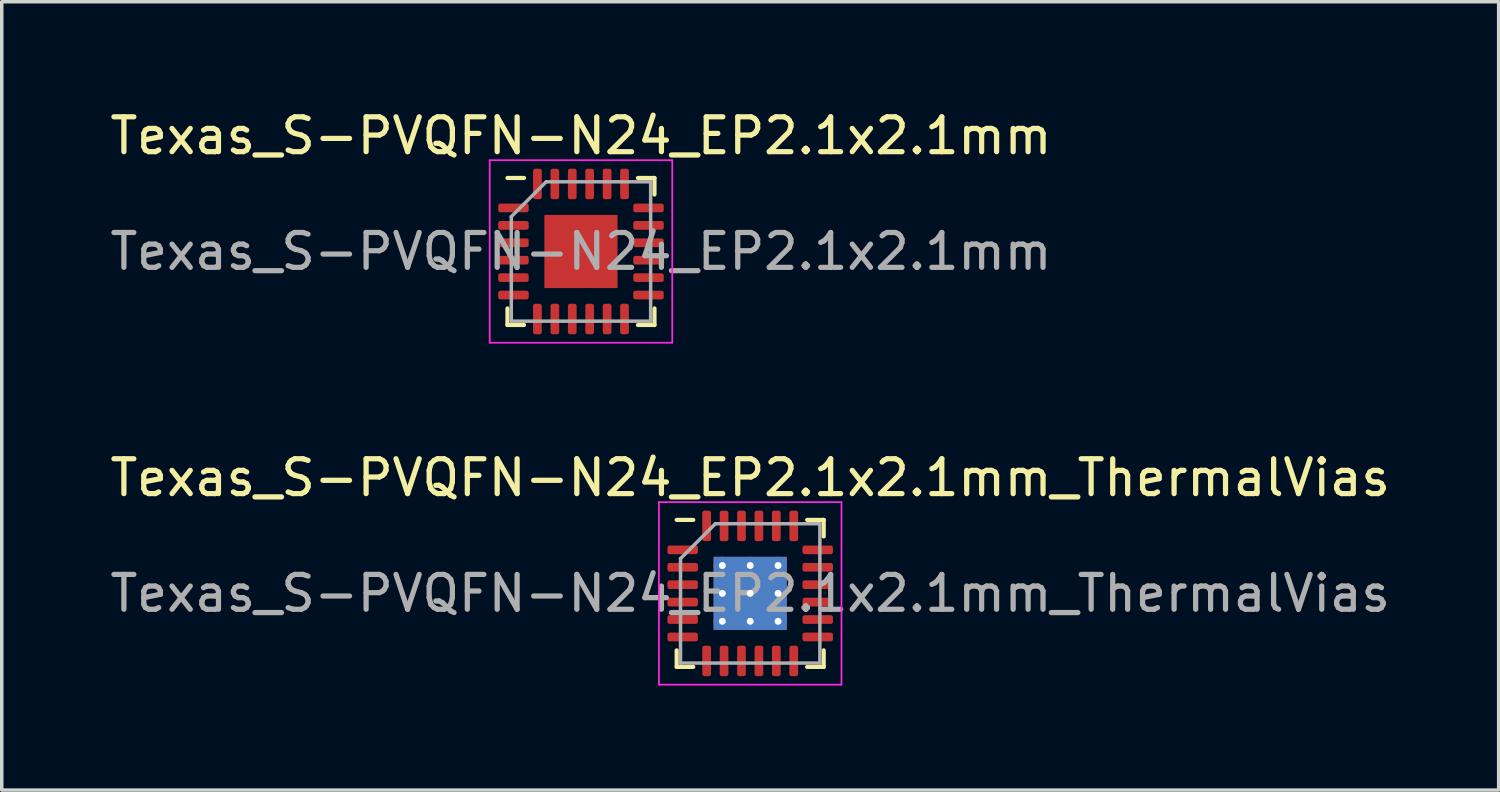
<source format=kicad_pcb>
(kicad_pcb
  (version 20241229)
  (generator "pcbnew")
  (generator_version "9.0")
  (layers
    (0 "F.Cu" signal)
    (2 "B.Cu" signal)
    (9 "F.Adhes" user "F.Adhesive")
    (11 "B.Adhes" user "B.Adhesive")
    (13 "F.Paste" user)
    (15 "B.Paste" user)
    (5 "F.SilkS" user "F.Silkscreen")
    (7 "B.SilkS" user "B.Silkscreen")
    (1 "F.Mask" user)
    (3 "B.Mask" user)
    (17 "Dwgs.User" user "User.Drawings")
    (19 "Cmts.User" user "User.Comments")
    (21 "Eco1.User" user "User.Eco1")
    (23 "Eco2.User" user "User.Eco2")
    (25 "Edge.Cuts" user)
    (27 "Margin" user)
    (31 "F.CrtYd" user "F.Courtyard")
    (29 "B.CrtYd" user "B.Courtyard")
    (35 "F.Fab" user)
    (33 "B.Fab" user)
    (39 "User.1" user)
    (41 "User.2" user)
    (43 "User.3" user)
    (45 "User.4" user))
  (footprint "Texas_S-PVQFN-N24_EP2.1x2.1mm"
    (layer "F.Cu")
    (at 13.625 4.168)
    (property "Reference" "Texas_S-PVQFN-N24_EP2.1x2.1mm" (at 0 -3.32 0) (layer "F.SilkS") (effects (font (size 1 1) (thickness 0.15))))
    (attr smd)
    (fp_line (start -2.11 2.11) (end -2.11 1.635) (stroke (width 0.12) (type solid)) (layer "F.SilkS"))
    (fp_line (start -1.635 -2.11) (end -2.11 -2.11) (stroke (width 0.12) (type solid)) (layer "F.SilkS"))
    (fp_line (start -1.635 2.11) (end -2.11 2.11) (stroke (width 0.12) (type solid)) (layer "F.SilkS"))
    (fp_line (start 1.635 -2.11) (end 2.11 -2.11) (stroke (width 0.12) (type solid)) (layer "F.SilkS"))
    (fp_line (start 1.635 2.11) (end 2.11 2.11) (stroke (width 0.12) (type solid)) (layer "F.SilkS"))
    (fp_line (start 2.11 -2.11) (end 2.11 -1.635) (stroke (width 0.12) (type solid)) (layer "F.SilkS"))
    (fp_line (start 2.11 2.11) (end 2.11 1.635) (stroke (width 0.12) (type solid)) (layer "F.SilkS"))
    (fp_line (start -2.62 -2.62) (end -2.62 2.62) (stroke (width 0.05) (type solid)) (layer "F.CrtYd"))
    (fp_line (start -2.62 2.62) (end 2.62 2.62) (stroke (width 0.05) (type solid)) (layer "F.CrtYd"))
    (fp_line (start 2.62 -2.62) (end -2.62 -2.62) (stroke (width 0.05) (type solid)) (layer "F.CrtYd"))
    (fp_line (start 2.62 2.62) (end 2.62 -2.62) (stroke (width 0.05) (type solid)) (layer "F.CrtYd"))
    (fp_line (start -2 -1) (end -1 -2) (stroke (width 0.1) (type solid)) (layer "F.Fab"))
    (fp_line (start -2 2) (end -2 -1) (stroke (width 0.1) (type solid)) (layer "F.Fab"))
    (fp_line (start -1 -2) (end 2 -2) (stroke (width 0.1) (type solid)) (layer "F.Fab"))
    (fp_line (start 2 -2) (end 2 2) (stroke (width 0.1) (type solid)) (layer "F.Fab"))
    (fp_line (start 2 2) (end -2 2) (stroke (width 0.1) (type solid)) (layer "F.Fab"))
    (fp_text user "${REFERENCE}" (at 0 0 0) (layer "F.Fab") (effects (font (size 1 1) (thickness 0.15))))
    (pad "" smd roundrect (at -0.525 -0.525) (size 0.85 0.85) (layers "F.Paste") (roundrect_rratio 0.25))
    (pad "" smd roundrect (at -0.525 0.525) (size 0.85 0.85) (layers "F.Paste") (roundrect_rratio 0.25))
    (pad "" smd roundrect (at 0.525 -0.525) (size 0.85 0.85) (layers "F.Paste") (roundrect_rratio 0.25))
    (pad "" smd roundrect (at 0.525 0.525) (size 0.85 0.85) (layers "F.Paste") (roundrect_rratio 0.25))
    (pad "1" smd roundrect (at -1.938 -1.25) (size 0.875 0.25) (layers "F.Cu" "F.Mask" "F.Paste") (roundrect_rratio 0.25))
    (pad "2" smd roundrect (at -1.938 -0.75) (size 0.875 0.25) (layers "F.Cu" "F.Mask" "F.Paste") (roundrect_rratio 0.25))
    (pad "3" smd roundrect (at -1.938 -0.25) (size 0.875 0.25) (layers "F.Cu" "F.Mask" "F.Paste") (roundrect_rratio 0.25))
    (pad "4" smd roundrect (at -1.938 0.25) (size 0.875 0.25) (layers "F.Cu" "F.Mask" "F.Paste") (roundrect_rratio 0.25))
    (pad "5" smd roundrect (at -1.938 0.75) (size 0.875 0.25) (layers "F.Cu" "F.Mask" "F.Paste") (roundrect_rratio 0.25))
    (pad "6" smd roundrect (at -1.938 1.25) (size 0.875 0.25) (layers "F.Cu" "F.Mask" "F.Paste") (roundrect_rratio 0.25))
    (pad "7" smd roundrect (at -1.25 1.938) (size 0.25 0.875) (layers "F.Cu" "F.Mask" "F.Paste") (roundrect_rratio 0.25))
    (pad "8" smd roundrect (at -0.75 1.938) (size 0.25 0.875) (layers "F.Cu" "F.Mask" "F.Paste") (roundrect_rratio 0.25))
    (pad "9" smd roundrect (at -0.25 1.938) (size 0.25 0.875) (layers "F.Cu" "F.Mask" "F.Paste") (roundrect_rratio 0.25))
    (pad "10" smd roundrect (at 0.25 1.938) (size 0.25 0.875) (layers "F.Cu" "F.Mask" "F.Paste") (roundrect_rratio 0.25))
    (pad "11" smd roundrect (at 0.75 1.938) (size 0.25 0.875) (layers "F.Cu" "F.Mask" "F.Paste") (roundrect_rratio 0.25))
    (pad "12" smd roundrect (at 1.25 1.938) (size 0.25 0.875) (layers "F.Cu" "F.Mask" "F.Paste") (roundrect_rratio 0.25))
    (pad "13" smd roundrect (at 1.938 1.25) (size 0.875 0.25) (layers "F.Cu" "F.Mask" "F.Paste") (roundrect_rratio 0.25))
    (pad "14" smd roundrect (at 1.938 0.75) (size 0.875 0.25) (layers "F.Cu" "F.Mask" "F.Paste") (roundrect_rratio 0.25))
    (pad "15" smd roundrect (at 1.938 0.25) (size 0.875 0.25) (layers "F.Cu" "F.Mask" "F.Paste") (roundrect_rratio 0.25))
    (pad "16" smd roundrect (at 1.938 -0.25) (size 0.875 0.25) (layers "F.Cu" "F.Mask" "F.Paste") (roundrect_rratio 0.25))
    (pad "17" smd roundrect (at 1.938 -0.75) (size 0.875 0.25) (layers "F.Cu" "F.Mask" "F.Paste") (roundrect_rratio 0.25))
    (pad "18" smd roundrect (at 1.938 -1.25) (size 0.875 0.25) (layers "F.Cu" "F.Mask" "F.Paste") (roundrect_rratio 0.25))
    (pad "19" smd roundrect (at 1.25 -1.938) (size 0.25 0.875) (layers "F.Cu" "F.Mask" "F.Paste") (roundrect_rratio 0.25))
    (pad "20" smd roundrect (at 0.75 -1.938) (size 0.25 0.875) (layers "F.Cu" "F.Mask" "F.Paste") (roundrect_rratio 0.25))
    (pad "21" smd roundrect (at 0.25 -1.938) (size 0.25 0.875) (layers "F.Cu" "F.Mask" "F.Paste") (roundrect_rratio 0.25))
    (pad "22" smd roundrect (at -0.25 -1.938) (size 0.25 0.875) (layers "F.Cu" "F.Mask" "F.Paste") (roundrect_rratio 0.25))
    (pad "23" smd roundrect (at -0.75 -1.938) (size 0.25 0.875) (layers "F.Cu" "F.Mask" "F.Paste") (roundrect_rratio 0.25))
    (pad "24" smd roundrect (at -1.25 -1.938) (size 0.25 0.875) (layers "F.Cu" "F.Mask" "F.Paste") (roundrect_rratio 0.25))
    (pad "25" smd rect (at 0 0) (size 2.1 2.1) (layers "F.Cu" "F.Mask")))
  (footprint "Texas_S-PVQFN-N24_EP2.1x2.1mm_ThermalVias"
    (layer "F.Cu")
    (at 18.482 13.982)
    (property "Reference" "Texas_S-PVQFN-N24_EP2.1x2.1mm_ThermalVias" (at 0 -3.32 0) (layer "F.SilkS") (effects (font (size 1 1) (thickness 0.15))))
    (attr smd)
    (fp_line (start -2.11 2.11) (end -2.11 1.635) (stroke (width 0.12) (type solid)) (layer "F.SilkS"))
    (fp_line (start -1.635 -2.11) (end -2.11 -2.11) (stroke (width 0.12) (type solid)) (layer "F.SilkS"))
    (fp_line (start -1.635 2.11) (end -2.11 2.11) (stroke (width 0.12) (type solid)) (layer "F.SilkS"))
    (fp_line (start 1.635 -2.11) (end 2.11 -2.11) (stroke (width 0.12) (type solid)) (layer "F.SilkS"))
    (fp_line (start 1.635 2.11) (end 2.11 2.11) (stroke (width 0.12) (type solid)) (layer "F.SilkS"))
    (fp_line (start 2.11 -2.11) (end 2.11 -1.635) (stroke (width 0.12) (type solid)) (layer "F.SilkS"))
    (fp_line (start 2.11 2.11) (end 2.11 1.635) (stroke (width 0.12) (type solid)) (layer "F.SilkS"))
    (fp_line (start -2.62 -2.62) (end -2.62 2.62) (stroke (width 0.05) (type solid)) (layer "F.CrtYd"))
    (fp_line (start -2.62 2.62) (end 2.62 2.62) (stroke (width 0.05) (type solid)) (layer "F.CrtYd"))
    (fp_line (start 2.62 -2.62) (end -2.62 -2.62) (stroke (width 0.05) (type solid)) (layer "F.CrtYd"))
    (fp_line (start 2.62 2.62) (end 2.62 -2.62) (stroke (width 0.05) (type solid)) (layer "F.CrtYd"))
    (fp_line (start -2 -1) (end -1 -2) (stroke (width 0.1) (type solid)) (layer "F.Fab"))
    (fp_line (start -2 2) (end -2 -1) (stroke (width 0.1) (type solid)) (layer "F.Fab"))
    (fp_line (start -1 -2) (end 2 -2) (stroke (width 0.1) (type solid)) (layer "F.Fab"))
    (fp_line (start 2 -2) (end 2 2) (stroke (width 0.1) (type solid)) (layer "F.Fab"))
    (fp_line (start 2 2) (end -2 2) (stroke (width 0.1) (type solid)) (layer "F.Fab"))
    (fp_text user "${REFERENCE}" (at 0 0 0) (layer "F.Fab") (effects (font (size 1 1) (thickness 0.15))))
    (pad "" smd roundrect (at -0.525 -0.525) (size 0.88 0.88) (layers "F.Paste") (roundrect_rratio 0.25))
    (pad "" smd roundrect (at -0.525 0.525) (size 0.88 0.88) (layers "F.Paste") (roundrect_rratio 0.25))
    (pad "" smd roundrect (at 0.525 -0.525) (size 0.88 0.88) (layers "F.Paste") (roundrect_rratio 0.25))
    (pad "" smd roundrect (at 0.525 0.525) (size 0.88 0.88) (layers "F.Paste") (roundrect_rratio 0.25))
    (pad "1" smd roundrect (at -1.938 -1.25) (size 0.875 0.25) (layers "F.Cu" "F.Mask" "F.Paste") (roundrect_rratio 0.25))
    (pad "2" smd roundrect (at -1.938 -0.75) (size 0.875 0.25) (layers "F.Cu" "F.Mask" "F.Paste") (roundrect_rratio 0.25))
    (pad "3" smd roundrect (at -1.938 -0.25) (size 0.875 0.25) (layers "F.Cu" "F.Mask" "F.Paste") (roundrect_rratio 0.25))
    (pad "4" smd roundrect (at -1.938 0.25) (size 0.875 0.25) (layers "F.Cu" "F.Mask" "F.Paste") (roundrect_rratio 0.25))
    (pad "5" smd roundrect (at -1.938 0.75) (size 0.875 0.25) (layers "F.Cu" "F.Mask" "F.Paste") (roundrect_rratio 0.25))
    (pad "6" smd roundrect (at -1.938 1.25) (size 0.875 0.25) (layers "F.Cu" "F.Mask" "F.Paste") (roundrect_rratio 0.25))
    (pad "7" smd roundrect (at -1.25 1.938) (size 0.25 0.875) (layers "F.Cu" "F.Mask" "F.Paste") (roundrect_rratio 0.25))
    (pad "8" smd roundrect (at -0.75 1.938) (size 0.25 0.875) (layers "F.Cu" "F.Mask" "F.Paste") (roundrect_rratio 0.25))
    (pad "9" smd roundrect (at -0.25 1.938) (size 0.25 0.875) (layers "F.Cu" "F.Mask" "F.Paste") (roundrect_rratio 0.25))
    (pad "10" smd roundrect (at 0.25 1.938) (size 0.25 0.875) (layers "F.Cu" "F.Mask" "F.Paste") (roundrect_rratio 0.25))
    (pad "11" smd roundrect (at 0.75 1.938) (size 0.25 0.875) (layers "F.Cu" "F.Mask" "F.Paste") (roundrect_rratio 0.25))
    (pad "12" smd roundrect (at 1.25 1.938) (size 0.25 0.875) (layers "F.Cu" "F.Mask" "F.Paste") (roundrect_rratio 0.25))
    (pad "13" smd roundrect (at 1.938 1.25) (size 0.875 0.25) (layers "F.Cu" "F.Mask" "F.Paste") (roundrect_rratio 0.25))
    (pad "14" smd roundrect (at 1.938 0.75) (size 0.875 0.25) (layers "F.Cu" "F.Mask" "F.Paste") (roundrect_rratio 0.25))
    (pad "15" smd roundrect (at 1.938 0.25) (size 0.875 0.25) (layers "F.Cu" "F.Mask" "F.Paste") (roundrect_rratio 0.25))
    (pad "16" smd roundrect (at 1.938 -0.25) (size 0.875 0.25) (layers "F.Cu" "F.Mask" "F.Paste") (roundrect_rratio 0.25))
    (pad "17" smd roundrect (at 1.938 -0.75) (size 0.875 0.25) (layers "F.Cu" "F.Mask" "F.Paste") (roundrect_rratio 0.25))
    (pad "18" smd roundrect (at 1.938 -1.25) (size 0.875 0.25) (layers "F.Cu" "F.Mask" "F.Paste") (roundrect_rratio 0.25))
    (pad "19" smd roundrect (at 1.25 -1.938) (size 0.25 0.875) (layers "F.Cu" "F.Mask" "F.Paste") (roundrect_rratio 0.25))
    (pad "20" smd roundrect (at 0.75 -1.938) (size 0.25 0.875) (layers "F.Cu" "F.Mask" "F.Paste") (roundrect_rratio 0.25))
    (pad "21" smd roundrect (at 0.25 -1.938) (size 0.25 0.875) (layers "F.Cu" "F.Mask" "F.Paste") (roundrect_rratio 0.25))
    (pad "22" smd roundrect (at -0.25 -1.938) (size 0.25 0.875) (layers "F.Cu" "F.Mask" "F.Paste") (roundrect_rratio 0.25))
    (pad "23" smd roundrect (at -0.75 -1.938) (size 0.25 0.875) (layers "F.Cu" "F.Mask" "F.Paste") (roundrect_rratio 0.25))
    (pad "24" smd roundrect (at -1.25 -1.938) (size 0.25 0.875) (layers "F.Cu" "F.Mask" "F.Paste") (roundrect_rratio 0.25))
    (pad "25" thru_hole circle (at -0.8 -0.8) (size 0.5 0.5) (drill 0.2) (layers "*.Cu"))
    (pad "25" thru_hole circle (at -0.8 0) (size 0.5 0.5) (drill 0.2) (layers "*.Cu"))
    (pad "25" thru_hole circle (at -0.8 0.8) (size 0.5 0.5) (drill 0.2) (layers "*.Cu"))
    (pad "25" thru_hole circle (at 0 -0.8) (size 0.5 0.5) (drill 0.2) (layers "*.Cu"))
    (pad "25" thru_hole circle (at 0 0) (size 0.5 0.5) (drill 0.2) (layers "*.Cu"))
    (pad "25" smd rect (at 0 0) (size 2.1 2.1) (layers "F.Cu" "F.Mask"))
    (pad "25" smd rect (at 0 0) (size 2.1 2.1) (layers "B.Cu"))
    (pad "25" thru_hole circle (at 0 0.8) (size 0.5 0.5) (drill 0.2) (layers "*.Cu"))
    (pad "25" thru_hole circle (at 0.8 -0.8) (size 0.5 0.5) (drill 0.2) (layers "*.Cu"))
    (pad "25" thru_hole circle (at 0.8 0) (size 0.5 0.5) (drill 0.2) (layers "*.Cu"))
    (pad "25" thru_hole circle (at 0.8 0.8) (size 0.5 0.5) (drill 0.2) (layers "*.Cu")))
  (gr_rect
    (start -3 -3)
    (end 39.964 19.627)
    (stroke (width 0.1) (type default))
    (fill no)
    (layer "Edge.Cuts")))
</source>
